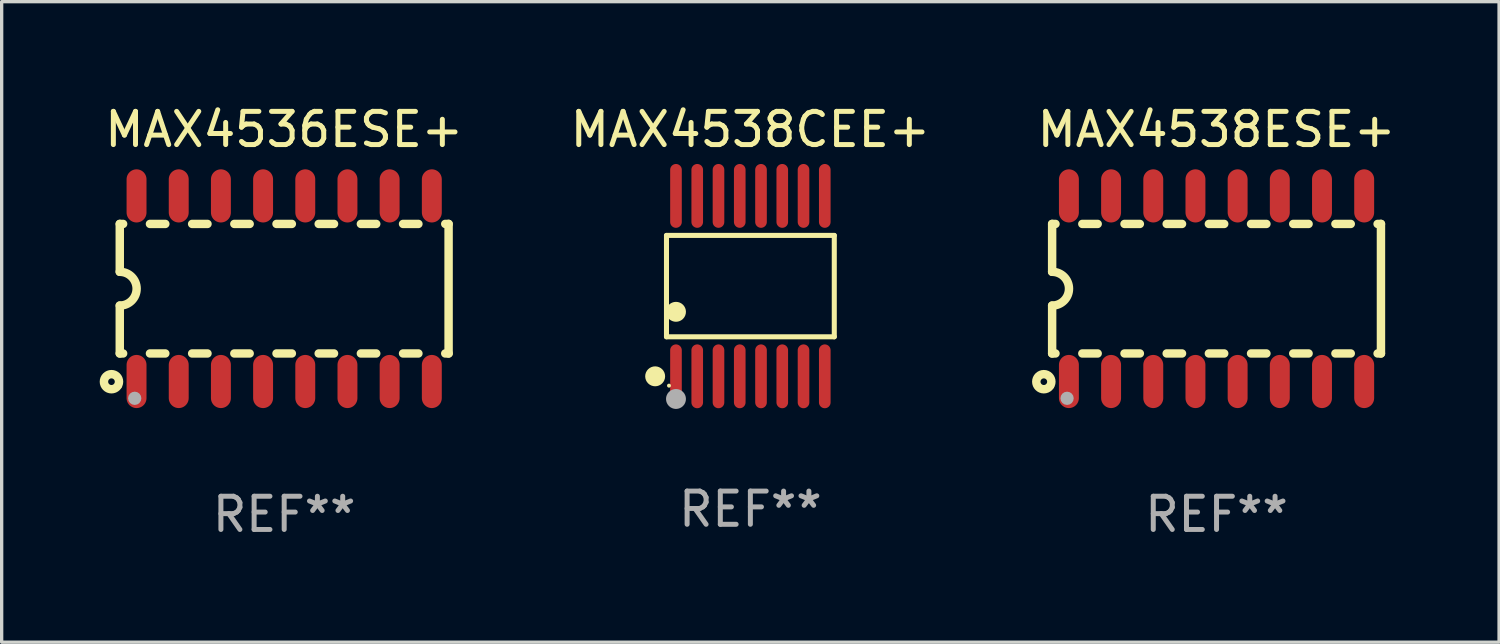
<source format=kicad_pcb>
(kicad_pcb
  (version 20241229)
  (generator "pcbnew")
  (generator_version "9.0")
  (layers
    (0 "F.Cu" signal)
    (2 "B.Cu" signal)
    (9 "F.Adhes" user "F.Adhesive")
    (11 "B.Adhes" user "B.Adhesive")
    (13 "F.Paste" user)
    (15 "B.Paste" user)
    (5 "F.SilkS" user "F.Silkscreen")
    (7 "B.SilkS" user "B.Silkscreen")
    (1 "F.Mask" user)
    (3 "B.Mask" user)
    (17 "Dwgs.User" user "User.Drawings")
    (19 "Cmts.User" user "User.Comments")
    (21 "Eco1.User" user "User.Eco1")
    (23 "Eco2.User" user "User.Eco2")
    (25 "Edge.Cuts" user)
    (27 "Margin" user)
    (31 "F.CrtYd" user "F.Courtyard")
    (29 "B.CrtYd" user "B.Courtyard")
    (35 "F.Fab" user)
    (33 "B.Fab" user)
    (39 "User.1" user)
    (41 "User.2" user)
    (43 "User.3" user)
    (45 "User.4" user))
  (footprint "MAX4538ESE+"
    (layer "F.Cu")
    (at 33.577 5.642)
    (property "Reference" "MAX4538ESE+" (at 0 -4.794 0) (layer "F.SilkS") (effects (font (size 1 1) (thickness 0.15))))
    (attr through_hole)
    (fp_line (start -4.95 -1.95) (end -4.95 -0.508) (stroke (width 0.254) (type solid)) (layer "F.SilkS"))
    (fp_line (start -4.95 -1.95) (end -4.849 -1.95) (stroke (width 0.254) (type solid)) (layer "F.SilkS"))
    (fp_line (start -4.95 1.95) (end -4.95 0.508) (stroke (width 0.254) (type solid)) (layer "F.SilkS"))
    (fp_line (start -4.95 1.95) (end -4.849 1.95) (stroke (width 0.254) (type solid)) (layer "F.SilkS"))
    (fp_line (start -4.041 -1.95) (end -3.579 -1.95) (stroke (width 0.254) (type solid)) (layer "F.SilkS"))
    (fp_line (start -4.041 1.95) (end -3.579 1.95) (stroke (width 0.254) (type solid)) (layer "F.SilkS"))
    (fp_line (start -2.771 -1.95) (end -2.309 -1.95) (stroke (width 0.254) (type solid)) (layer "F.SilkS"))
    (fp_line (start -2.771 1.95) (end -2.309 1.95) (stroke (width 0.254) (type solid)) (layer "F.SilkS"))
    (fp_line (start -1.501 -1.95) (end -1.039 -1.95) (stroke (width 0.254) (type solid)) (layer "F.SilkS"))
    (fp_line (start -1.501 1.95) (end -1.039 1.95) (stroke (width 0.254) (type solid)) (layer "F.SilkS"))
    (fp_line (start -0.231 -1.95) (end 0.231 -1.95) (stroke (width 0.254) (type solid)) (layer "F.SilkS"))
    (fp_line (start -0.231 1.95) (end 0.231 1.95) (stroke (width 0.254) (type solid)) (layer "F.SilkS"))
    (fp_line (start 1.039 -1.95) (end 1.501 -1.95) (stroke (width 0.254) (type solid)) (layer "F.SilkS"))
    (fp_line (start 1.039 1.95) (end 1.501 1.95) (stroke (width 0.254) (type solid)) (layer "F.SilkS"))
    (fp_line (start 2.309 -1.95) (end 2.771 -1.95) (stroke (width 0.254) (type solid)) (layer "F.SilkS"))
    (fp_line (start 2.309 1.95) (end 2.771 1.95) (stroke (width 0.254) (type solid)) (layer "F.SilkS"))
    (fp_line (start 3.579 -1.95) (end 4.041 -1.95) (stroke (width 0.254) (type solid)) (layer "F.SilkS"))
    (fp_line (start 3.579 1.95) (end 4.041 1.95) (stroke (width 0.254) (type solid)) (layer "F.SilkS"))
    (fp_line (start 4.849 -1.95) (end 4.95 -1.95) (stroke (width 0.254) (type solid)) (layer "F.SilkS"))
    (fp_line (start 4.849 1.95) (end 4.95 1.95) (stroke (width 0.254) (type solid)) (layer "F.SilkS"))
    (fp_line (start 4.95 -1.95) (end 4.95 1.95) (stroke (width 0.254) (type solid)) (layer "F.SilkS"))
    (fp_arc (start -4.95047 -0.508001) (mid -4.442469 -0.000228) (end -4.950013 0.508001) (stroke (width 0.254001) (type solid)) (layer "F.SilkS"))
    (fp_circle (center -5.2 2.8) (end -5.1 2.8) (stroke (width 0.254) (type solid)) (fill no) (layer "F.SilkS"))
    (fp_circle (center -4.95 2.947) (end -4.92 2.947) (stroke (width 0.06) (type solid)) (fill no) (layer "F.SilkS"))
    (fp_circle (center -4.5 3.3) (end -4.4 3.3) (stroke (width 0.2) (type solid)) (fill no) (layer "F.Fab"))
    (fp_text user "REF**" (at 0 6.794 0) (layer "F.Fab") (effects (font (size 1 1) (thickness 0.15))))
    (pad "1" smd oval (at -4.445 2.794) (size 0.6 1.6) (layers "F.Cu" "F.Mask" "F.Paste"))
    (pad "2" smd oval (at -3.175 2.794) (size 0.6 1.6) (layers "F.Cu" "F.Mask" "F.Paste"))
    (pad "3" smd oval (at -1.905 2.794) (size 0.6 1.6) (layers "F.Cu" "F.Mask" "F.Paste"))
    (pad "4" smd oval (at -0.635 2.794) (size 0.6 1.6) (layers "F.Cu" "F.Mask" "F.Paste"))
    (pad "5" smd oval (at 0.635 2.794) (size 0.6 1.6) (layers "F.Cu" "F.Mask" "F.Paste"))
    (pad "6" smd oval (at 1.905 2.794) (size 0.6 1.6) (layers "F.Cu" "F.Mask" "F.Paste"))
    (pad "7" smd oval (at 3.175 2.794) (size 0.6 1.6) (layers "F.Cu" "F.Mask" "F.Paste"))
    (pad "8" smd oval (at 4.445 2.794) (size 0.6 1.6) (layers "F.Cu" "F.Mask" "F.Paste"))
    (pad "9" smd oval (at 4.445 -2.794) (size 0.6 1.6) (layers "F.Cu" "F.Mask" "F.Paste"))
    (pad "10" smd oval (at 3.175 -2.794) (size 0.6 1.6) (layers "F.Cu" "F.Mask" "F.Paste"))
    (pad "11" smd oval (at 1.905 -2.794) (size 0.6 1.6) (layers "F.Cu" "F.Mask" "F.Paste"))
    (pad "12" smd oval (at 0.635 -2.794) (size 0.6 1.6) (layers "F.Cu" "F.Mask" "F.Paste"))
    (pad "13" smd oval (at -0.635 -2.794) (size 0.6 1.6) (layers "F.Cu" "F.Mask" "F.Paste"))
    (pad "14" smd oval (at -1.905 -2.794) (size 0.6 1.6) (layers "F.Cu" "F.Mask" "F.Paste"))
    (pad "15" smd oval (at -3.175 -2.794) (size 0.6 1.6) (layers "F.Cu" "F.Mask" "F.Paste"))
    (pad "16" smd oval (at -4.445 -2.794) (size 0.6 1.6) (layers "F.Cu" "F.Mask" "F.Paste")))
  (footprint "MAX4538CEE+"
    (layer "F.Cu")
    (at 19.542 5.564)
    (property "Reference" "MAX4538CEE+" (at 0 -4.716 0) (layer "F.SilkS") (effects (font (size 1 1) (thickness 0.15))))
    (attr through_hole)
    (fp_line (start -2.526 -1.526) (end 2.526 -1.526) (stroke (width 0.152) (type solid)) (layer "F.SilkS"))
    (fp_line (start -2.526 1.526) (end -2.526 -1.526) (stroke (width 0.152) (type solid)) (layer "F.SilkS"))
    (fp_line (start 2.526 -1.526) (end 2.526 1.526) (stroke (width 0.152) (type solid)) (layer "F.SilkS"))
    (fp_line (start 2.526 1.526) (end -2.526 1.526) (stroke (width 0.152) (type solid)) (layer "F.SilkS"))
    (fp_circle (center -2.867 2.716) (end -2.717 2.716) (stroke (width 0.3) (type solid)) (fill no) (layer "F.SilkS"))
    (fp_circle (center -2.45 2.997) (end -2.42 2.997) (stroke (width 0.06) (type solid)) (fill no) (layer "F.SilkS"))
    (fp_circle (center -2.24 0.774) (end -2.09 0.774) (stroke (width 0.3) (type solid)) (fill no) (layer "F.SilkS"))
    (fp_circle (center -2.24 3.398) (end -2.09 3.398) (stroke (width 0.3) (type solid)) (fill no) (layer "F.Fab"))
    (fp_text user "REF**" (at 0 6.716 0) (layer "F.Fab") (effects (font (size 1 1) (thickness 0.15))))
    (pad "1" smd oval (at -2.24 2.716) (size 0.35 1.922) (layers "F.Cu" "F.Mask" "F.Paste"))
    (pad "2" smd oval (at -1.6 2.716) (size 0.35 1.922) (layers "F.Cu" "F.Mask" "F.Paste"))
    (pad "3" smd oval (at -0.96 2.716) (size 0.35 1.922) (layers "F.Cu" "F.Mask" "F.Paste"))
    (pad "4" smd oval (at -0.32 2.716) (size 0.35 1.922) (layers "F.Cu" "F.Mask" "F.Paste"))
    (pad "5" smd oval (at 0.32 2.716) (size 0.35 1.922) (layers "F.Cu" "F.Mask" "F.Paste"))
    (pad "6" smd oval (at 0.96 2.716) (size 0.35 1.922) (layers "F.Cu" "F.Mask" "F.Paste"))
    (pad "7" smd oval (at 1.6 2.716) (size 0.35 1.922) (layers "F.Cu" "F.Mask" "F.Paste"))
    (pad "8" smd oval (at 2.24 2.716) (size 0.35 1.922) (layers "F.Cu" "F.Mask" "F.Paste"))
    (pad "9" smd oval (at 2.24 -2.716) (size 0.35 1.922) (layers "F.Cu" "F.Mask" "F.Paste"))
    (pad "10" smd oval (at 1.6 -2.716) (size 0.35 1.922) (layers "F.Cu" "F.Mask" "F.Paste"))
    (pad "11" smd oval (at 0.96 -2.716) (size 0.35 1.922) (layers "F.Cu" "F.Mask" "F.Paste"))
    (pad "12" smd oval (at 0.32 -2.716) (size 0.35 1.922) (layers "F.Cu" "F.Mask" "F.Paste"))
    (pad "13" smd oval (at -0.32 -2.716) (size 0.35 1.922) (layers "F.Cu" "F.Mask" "F.Paste"))
    (pad "14" smd oval (at -0.96 -2.716) (size 0.35 1.922) (layers "F.Cu" "F.Mask" "F.Paste"))
    (pad "15" smd oval (at -1.6 -2.716) (size 0.35 1.922) (layers "F.Cu" "F.Mask" "F.Paste"))
    (pad "16" smd oval (at -2.24 -2.716) (size 0.35 1.922) (layers "F.Cu" "F.Mask" "F.Paste")))
  (footprint "MAX4536ESE+"
    (layer "F.Cu")
    (at 5.506 5.642)
    (property "Reference" "MAX4536ESE+" (at 0 -4.794 0) (layer "F.SilkS") (effects (font (size 1 1) (thickness 0.15))))
    (attr through_hole)
    (fp_line (start -4.95 -1.95) (end -4.95 -0.508) (stroke (width 0.254) (type solid)) (layer "F.SilkS"))
    (fp_line (start -4.95 -1.95) (end -4.849 -1.95) (stroke (width 0.254) (type solid)) (layer "F.SilkS"))
    (fp_line (start -4.95 1.95) (end -4.95 0.508) (stroke (width 0.254) (type solid)) (layer "F.SilkS"))
    (fp_line (start -4.95 1.95) (end -4.849 1.95) (stroke (width 0.254) (type solid)) (layer "F.SilkS"))
    (fp_line (start -4.041 -1.95) (end -3.579 -1.95) (stroke (width 0.254) (type solid)) (layer "F.SilkS"))
    (fp_line (start -4.041 1.95) (end -3.579 1.95) (stroke (width 0.254) (type solid)) (layer "F.SilkS"))
    (fp_line (start -2.771 -1.95) (end -2.309 -1.95) (stroke (width 0.254) (type solid)) (layer "F.SilkS"))
    (fp_line (start -2.771 1.95) (end -2.309 1.95) (stroke (width 0.254) (type solid)) (layer "F.SilkS"))
    (fp_line (start -1.501 -1.95) (end -1.039 -1.95) (stroke (width 0.254) (type solid)) (layer "F.SilkS"))
    (fp_line (start -1.501 1.95) (end -1.039 1.95) (stroke (width 0.254) (type solid)) (layer "F.SilkS"))
    (fp_line (start -0.231 -1.95) (end 0.231 -1.95) (stroke (width 0.254) (type solid)) (layer "F.SilkS"))
    (fp_line (start -0.231 1.95) (end 0.231 1.95) (stroke (width 0.254) (type solid)) (layer "F.SilkS"))
    (fp_line (start 1.039 -1.95) (end 1.501 -1.95) (stroke (width 0.254) (type solid)) (layer "F.SilkS"))
    (fp_line (start 1.039 1.95) (end 1.501 1.95) (stroke (width 0.254) (type solid)) (layer "F.SilkS"))
    (fp_line (start 2.309 -1.95) (end 2.771 -1.95) (stroke (width 0.254) (type solid)) (layer "F.SilkS"))
    (fp_line (start 2.309 1.95) (end 2.771 1.95) (stroke (width 0.254) (type solid)) (layer "F.SilkS"))
    (fp_line (start 3.579 -1.95) (end 4.041 -1.95) (stroke (width 0.254) (type solid)) (layer "F.SilkS"))
    (fp_line (start 3.579 1.95) (end 4.041 1.95) (stroke (width 0.254) (type solid)) (layer "F.SilkS"))
    (fp_line (start 4.849 -1.95) (end 4.95 -1.95) (stroke (width 0.254) (type solid)) (layer "F.SilkS"))
    (fp_line (start 4.849 1.95) (end 4.95 1.95) (stroke (width 0.254) (type solid)) (layer "F.SilkS"))
    (fp_line (start 4.95 -1.95) (end 4.95 1.95) (stroke (width 0.254) (type solid)) (layer "F.SilkS"))
    (fp_arc (start -4.95047 -0.508001) (mid -4.442469 -0.000228) (end -4.950013 0.508001) (stroke (width 0.254001) (type solid)) (layer "F.SilkS"))
    (fp_circle (center -5.2 2.8) (end -5.1 2.8) (stroke (width 0.254) (type solid)) (fill no) (layer "F.SilkS"))
    (fp_circle (center -4.95 2.947) (end -4.92 2.947) (stroke (width 0.06) (type solid)) (fill no) (layer "F.SilkS"))
    (fp_circle (center -4.5 3.3) (end -4.4 3.3) (stroke (width 0.2) (type solid)) (fill no) (layer "F.Fab"))
    (fp_text user "REF**" (at 0 6.794 0) (layer "F.Fab") (effects (font (size 1 1) (thickness 0.15))))
    (pad "1" smd oval (at -4.445 2.794) (size 0.6 1.6) (layers "F.Cu" "F.Mask" "F.Paste"))
    (pad "2" smd oval (at -3.175 2.794) (size 0.6 1.6) (layers "F.Cu" "F.Mask" "F.Paste"))
    (pad "3" smd oval (at -1.905 2.794) (size 0.6 1.6) (layers "F.Cu" "F.Mask" "F.Paste"))
    (pad "4" smd oval (at -0.635 2.794) (size 0.6 1.6) (layers "F.Cu" "F.Mask" "F.Paste"))
    (pad "5" smd oval (at 0.635 2.794) (size 0.6 1.6) (layers "F.Cu" "F.Mask" "F.Paste"))
    (pad "6" smd oval (at 1.905 2.794) (size 0.6 1.6) (layers "F.Cu" "F.Mask" "F.Paste"))
    (pad "7" smd oval (at 3.175 2.794) (size 0.6 1.6) (layers "F.Cu" "F.Mask" "F.Paste"))
    (pad "8" smd oval (at 4.445 2.794) (size 0.6 1.6) (layers "F.Cu" "F.Mask" "F.Paste"))
    (pad "9" smd oval (at 4.445 -2.794) (size 0.6 1.6) (layers "F.Cu" "F.Mask" "F.Paste"))
    (pad "10" smd oval (at 3.175 -2.794) (size 0.6 1.6) (layers "F.Cu" "F.Mask" "F.Paste"))
    (pad "11" smd oval (at 1.905 -2.794) (size 0.6 1.6) (layers "F.Cu" "F.Mask" "F.Paste"))
    (pad "12" smd oval (at 0.635 -2.794) (size 0.6 1.6) (layers "F.Cu" "F.Mask" "F.Paste"))
    (pad "13" smd oval (at -0.635 -2.794) (size 0.6 1.6) (layers "F.Cu" "F.Mask" "F.Paste"))
    (pad "14" smd oval (at -1.905 -2.794) (size 0.6 1.6) (layers "F.Cu" "F.Mask" "F.Paste"))
    (pad "15" smd oval (at -3.175 -2.794) (size 0.6 1.6) (layers "F.Cu" "F.Mask" "F.Paste"))
    (pad "16" smd oval (at -4.445 -2.794) (size 0.6 1.6) (layers "F.Cu" "F.Mask" "F.Paste")))
  (gr_rect
    (start -3 -3)
    (end 42.083 16.285)
    (stroke (width 0.1) (type default))
    (fill no)
    (layer "Edge.Cuts")))
</source>
